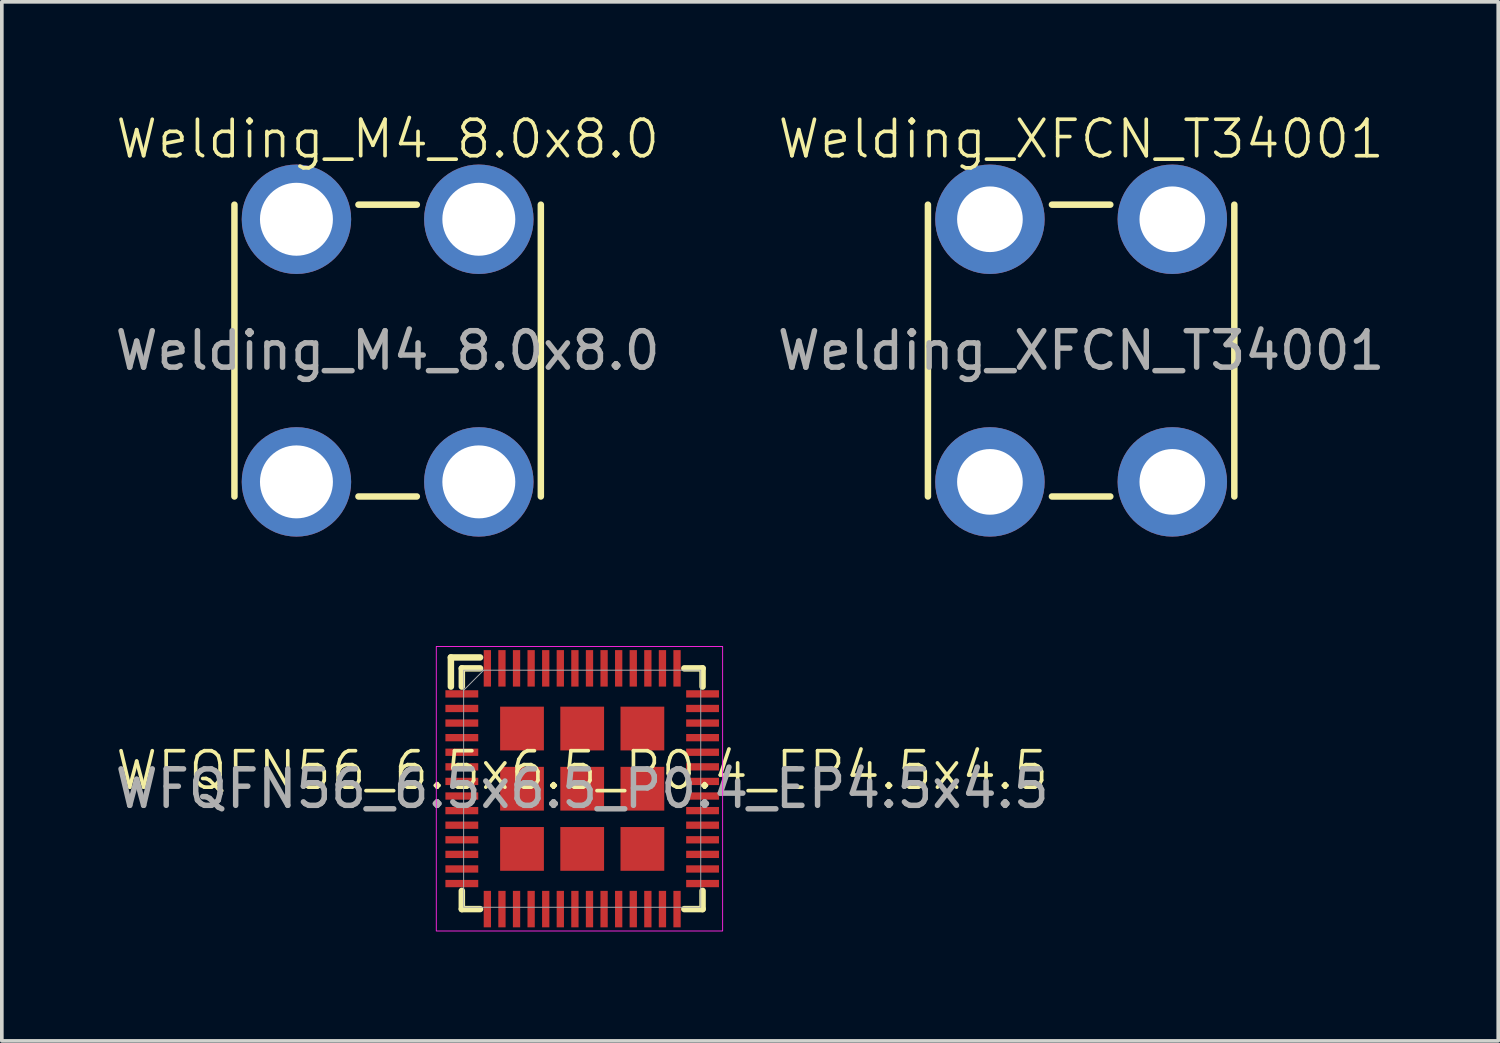
<source format=kicad_pcb>
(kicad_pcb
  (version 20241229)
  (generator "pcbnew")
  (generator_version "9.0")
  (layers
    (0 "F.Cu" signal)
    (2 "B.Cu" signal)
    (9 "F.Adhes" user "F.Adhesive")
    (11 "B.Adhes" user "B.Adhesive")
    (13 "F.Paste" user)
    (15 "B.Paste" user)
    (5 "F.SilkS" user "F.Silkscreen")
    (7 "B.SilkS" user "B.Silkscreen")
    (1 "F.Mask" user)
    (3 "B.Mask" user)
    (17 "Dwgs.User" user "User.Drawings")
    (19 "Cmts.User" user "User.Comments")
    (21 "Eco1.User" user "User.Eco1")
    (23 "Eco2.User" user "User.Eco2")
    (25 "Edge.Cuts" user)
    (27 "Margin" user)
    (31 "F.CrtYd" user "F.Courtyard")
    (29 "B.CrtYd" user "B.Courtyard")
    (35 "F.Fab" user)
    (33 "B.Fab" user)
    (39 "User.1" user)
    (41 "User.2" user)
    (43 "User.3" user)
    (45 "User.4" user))
  (footprint "WFQFN56_6.5x6.5_P0.4_EP4.5x4.5"
    (layer "F.Cu")
    (at 12.911 18.573)
    (property "Reference" "WFQFN56_6.5x6.5_P0.4_EP4.5x4.5" (at 0 -0.5 0) (unlocked yes) (layer "F.SilkS") (effects (font (size 1 1) (thickness 0.1))))
    (attr smd)
    (fp_line (start -3.6 -3.6) (end -2.8 -3.6) (stroke (width 0.178) (type default)) (layer "F.SilkS"))
    (fp_line (start -3.6 -2.8) (end -3.6 -3.6) (stroke (width 0.178) (type default)) (layer "F.SilkS"))
    (fp_line (start -3.3 -3.3) (end -2.8 -3.3) (stroke (width 0.178) (type default)) (layer "F.SilkS"))
    (fp_line (start -3.3 -2.8) (end -3.3 -3.3) (stroke (width 0.178) (type default)) (layer "F.SilkS"))
    (fp_line (start -3.3 3.3) (end -3.3 2.8) (stroke (width 0.178) (type default)) (layer "F.SilkS"))
    (fp_line (start -2.8 3.3) (end -3.3 3.3) (stroke (width 0.178) (type default)) (layer "F.SilkS"))
    (fp_line (start 2.8 -3.3) (end 3.3 -3.3) (stroke (width 0.178) (type default)) (layer "F.SilkS"))
    (fp_line (start 2.8 3.3) (end 3.3 3.3) (stroke (width 0.178) (type default)) (layer "F.SilkS"))
    (fp_line (start 3.3 -3.3) (end 3.3 -2.8) (stroke (width 0.178) (type default)) (layer "F.SilkS"))
    (fp_line (start 3.3 3.3) (end 3.3 2.8) (stroke (width 0.178) (type default)) (layer "F.SilkS"))
    (fp_rect (start -4 3.9) (end 3.85 -3.9) (stroke (width 0.025) (type default)) (fill no) (layer "F.CrtYd"))
    (fp_line (start -3.25 -2.7) (end -2.7 -3.25) (stroke (width 0.025) (type default)) (layer "F.Fab"))
    (fp_rect (start -3.25 3.25) (end 3.25 -3.25) (stroke (width 0.025) (type default)) (fill no) (layer "F.Fab"))
    (fp_text user "${REFERENCE}" (at 0 0 0) (unlocked yes) (layer "F.Fab") (effects (font (size 1 1) (thickness 0.15))))
    (pad "1" smd rect (at -3.3 -2.6) (size 0.9 0.2) (layers "F.Cu" "F.Mask" "F.Paste"))
    (pad "2" smd rect (at -3.3 -2.2) (size 0.9 0.2) (layers "F.Cu" "F.Mask" "F.Paste"))
    (pad "3" smd rect (at -3.3 -1.8) (size 0.9 0.2) (layers "F.Cu" "F.Mask" "F.Paste"))
    (pad "4" smd rect (at -3.3 -1.4) (size 0.9 0.2) (layers "F.Cu" "F.Mask" "F.Paste"))
    (pad "5" smd rect (at -3.3 -1) (size 0.9 0.2) (layers "F.Cu" "F.Mask" "F.Paste"))
    (pad "6" smd rect (at -3.3 -0.6) (size 0.9 0.2) (layers "F.Cu" "F.Mask" "F.Paste"))
    (pad "7" smd rect (at -3.3 -0.2) (size 0.9 0.2) (layers "F.Cu" "F.Mask" "F.Paste"))
    (pad "8" smd rect (at -3.3 0.2) (size 0.9 0.2) (layers "F.Cu" "F.Mask" "F.Paste"))
    (pad "9" smd rect (at -3.3 0.6) (size 0.9 0.2) (layers "F.Cu" "F.Mask" "F.Paste"))
    (pad "10" smd rect (at -3.3 1) (size 0.9 0.2) (layers "F.Cu" "F.Mask" "F.Paste"))
    (pad "11" smd rect (at -3.3 1.4) (size 0.9 0.2) (layers "F.Cu" "F.Mask" "F.Paste"))
    (pad "12" smd rect (at -3.3 1.8) (size 0.9 0.2) (layers "F.Cu" "F.Mask" "F.Paste"))
    (pad "13" smd rect (at -3.3 2.2) (size 0.9 0.2) (layers "F.Cu" "F.Mask" "F.Paste"))
    (pad "14" smd rect (at -3.3 2.6) (size 0.9 0.2) (layers "F.Cu" "F.Mask" "F.Paste"))
    (pad "15" smd rect (at -2.6 3.3) (size 0.2 1) (layers "F.Cu" "F.Mask" "F.Paste"))
    (pad "16" smd rect (at -2.2 3.3) (size 0.2 1) (layers "F.Cu" "F.Mask" "F.Paste"))
    (pad "17" smd rect (at -1.8 3.3) (size 0.2 1) (layers "F.Cu" "F.Mask" "F.Paste"))
    (pad "18" smd rect (at -1.4 3.3) (size 0.2 1) (layers "F.Cu" "F.Mask" "F.Paste"))
    (pad "19" smd rect (at -1 3.3) (size 0.2 1) (layers "F.Cu" "F.Mask" "F.Paste"))
    (pad "20" smd rect (at -0.6 3.3) (size 0.2 1) (layers "F.Cu" "F.Mask" "F.Paste"))
    (pad "21" smd rect (at -0.2 3.3) (size 0.2 1) (layers "F.Cu" "F.Mask" "F.Paste"))
    (pad "22" smd rect (at 0.2 3.3) (size 0.2 1) (layers "F.Cu" "F.Mask" "F.Paste"))
    (pad "23" smd rect (at 0.6 3.3) (size 0.2 1) (layers "F.Cu" "F.Mask" "F.Paste"))
    (pad "24" smd rect (at 1 3.3) (size 0.2 1) (layers "F.Cu" "F.Mask" "F.Paste"))
    (pad "25" smd rect (at 1.4 3.3) (size 0.2 1) (layers "F.Cu" "F.Mask" "F.Paste"))
    (pad "26" smd rect (at 1.8 3.3) (size 0.2 1) (layers "F.Cu" "F.Mask" "F.Paste"))
    (pad "27" smd rect (at 2.2 3.3) (size 0.2 1) (layers "F.Cu" "F.Mask" "F.Paste"))
    (pad "28" smd rect (at 2.6 3.3) (size 0.2 1) (layers "F.Cu" "F.Mask" "F.Paste"))
    (pad "29" smd rect (at 3.3 2.6) (size 0.9 0.2) (layers "F.Cu" "F.Mask" "F.Paste"))
    (pad "30" smd rect (at 3.3 2.2) (size 0.9 0.2) (layers "F.Cu" "F.Mask" "F.Paste"))
    (pad "31" smd rect (at 3.3 1.8) (size 0.9 0.2) (layers "F.Cu" "F.Mask" "F.Paste"))
    (pad "32" smd rect (at 3.3 1.4) (size 0.9 0.2) (layers "F.Cu" "F.Mask" "F.Paste"))
    (pad "33" smd rect (at 3.3 1) (size 0.9 0.2) (layers "F.Cu" "F.Mask" "F.Paste"))
    (pad "34" smd rect (at 3.3 0.6) (size 0.9 0.2) (layers "F.Cu" "F.Mask" "F.Paste"))
    (pad "35" smd rect (at 3.3 0.2) (size 0.9 0.2) (layers "F.Cu" "F.Mask" "F.Paste"))
    (pad "36" smd rect (at 3.3 -0.2) (size 0.9 0.2) (layers "F.Cu" "F.Mask" "F.Paste"))
    (pad "37" smd rect (at 3.3 -0.6) (size 0.9 0.2) (layers "F.Cu" "F.Mask" "F.Paste"))
    (pad "38" smd rect (at 3.3 -1) (size 0.9 0.2) (layers "F.Cu" "F.Mask" "F.Paste"))
    (pad "39" smd rect (at 3.3 -1.4) (size 0.9 0.2) (layers "F.Cu" "F.Mask" "F.Paste"))
    (pad "40" smd rect (at 3.3 -1.8) (size 0.9 0.2) (layers "F.Cu" "F.Mask" "F.Paste"))
    (pad "41" smd rect (at 3.3 -2.2) (size 0.9 0.2) (layers "F.Cu" "F.Mask" "F.Paste"))
    (pad "42" smd rect (at 3.3 -2.6) (size 0.9 0.2) (layers "F.Cu" "F.Mask" "F.Paste"))
    (pad "43" smd rect (at 2.6 -3.3) (size 0.2 1) (layers "F.Cu" "F.Mask" "F.Paste"))
    (pad "44" smd rect (at 2.2 -3.3) (size 0.2 1) (layers "F.Cu" "F.Mask" "F.Paste"))
    (pad "45" smd rect (at 1.8 -3.3) (size 0.2 1) (layers "F.Cu" "F.Mask" "F.Paste"))
    (pad "46" smd rect (at 1.4 -3.3) (size 0.2 1) (layers "F.Cu" "F.Mask" "F.Paste"))
    (pad "47" smd rect (at 1 -3.3) (size 0.2 1) (layers "F.Cu" "F.Mask" "F.Paste"))
    (pad "48" smd rect (at 0.6 -3.3) (size 0.2 1) (layers "F.Cu" "F.Mask" "F.Paste"))
    (pad "49" smd rect (at 0.2 -3.3) (size 0.2 1) (layers "F.Cu" "F.Mask" "F.Paste"))
    (pad "50" smd rect (at -0.2 -3.3) (size 0.2 1) (layers "F.Cu" "F.Mask" "F.Paste"))
    (pad "51" smd rect (at -0.6 -3.3) (size 0.2 1) (layers "F.Cu" "F.Mask" "F.Paste"))
    (pad "52" smd rect (at -1 -3.3) (size 0.2 1) (layers "F.Cu" "F.Mask" "F.Paste"))
    (pad "53" smd rect (at -1.4 -3.3) (size 0.2 1) (layers "F.Cu" "F.Mask" "F.Paste"))
    (pad "54" smd rect (at -1.8 -3.3) (size 0.2 1) (layers "F.Cu" "F.Mask" "F.Paste"))
    (pad "55" smd rect (at -2.2 -3.3) (size 0.2 1) (layers "F.Cu" "F.Mask" "F.Paste"))
    (pad "56" smd rect (at -2.6 -3.3) (size 0.2 1) (layers "F.Cu" "F.Mask" "F.Paste"))
    (pad "57" smd rect (at -1.65 -1.65) (size 1.2 1.2) (layers "F.Cu" "F.Mask" "F.Paste"))
    (pad "57" smd rect (at -1.65 0) (size 1.2 1.2) (layers "F.Cu" "F.Mask" "F.Paste"))
    (pad "57" smd rect (at -1.65 1.65) (size 1.2 1.2) (layers "F.Cu" "F.Mask" "F.Paste"))
    (pad "57" smd rect (at 0 -1.65) (size 1.2 1.2) (layers "F.Cu" "F.Mask" "F.Paste"))
    (pad "57" smd rect (at 0 0) (size 1.2 1.2) (layers "F.Cu" "F.Mask" "F.Paste"))
    (pad "57" smd rect (at 0 1.65) (size 1.2 1.2) (layers "F.Cu" "F.Mask" "F.Paste"))
    (pad "57" smd rect (at 1.65 -1.65) (size 1.2 1.2) (layers "F.Cu" "F.Mask" "F.Paste"))
    (pad "57" smd rect (at 1.65 0) (size 1.2 1.2) (layers "F.Cu" "F.Mask" "F.Paste"))
    (pad "57" smd rect (at 1.65 1.65) (size 1.2 1.2) (layers "F.Cu" "F.Mask" "F.Paste")))
  (footprint "Welding_M4_8.0x8.0"
    (layer "F.Cu")
    (at 7.577 6.561)
    (property "Reference" "Welding_M4_8.0x8.0" (at 0 -5.8 0) (unlocked yes) (layer "F.SilkS") (effects (font (size 1 1) (thickness 0.1))))
    (attr through_hole)
    (fp_line (start -4.2 4) (end -4.2 -4) (stroke (width 0.178) (type default)) (layer "F.SilkS"))
    (fp_line (start -0.8 -4) (end 0.8 -4) (stroke (width 0.178) (type default)) (layer "F.SilkS"))
    (fp_line (start -0.8 4) (end 0.8 4) (stroke (width 0.178) (type default)) (layer "F.SilkS"))
    (fp_line (start 4.2 -4) (end 4.2 4) (stroke (width 0.178) (type default)) (layer "F.SilkS"))
    (fp_text user "${REFERENCE}" (at 0 0 0) (unlocked yes) (layer "F.Fab") (effects (font (size 1 1) (thickness 0.15))))
    (pad "1" thru_hole circle (at -2.5 -3.6) (size 3 3) (drill 2) (layers "*.Cu" "*.Mask"))
    (pad "1" thru_hole circle (at -2.5 3.6) (size 3 3) (drill 2) (layers "*.Cu" "*.Mask"))
    (pad "1" thru_hole circle (at 2.5 -3.6) (size 3 3) (drill 2) (layers "*.Cu" "*.Mask"))
    (pad "1" thru_hole circle (at 2.5 3.6) (size 3 3) (drill 2) (layers "*.Cu" "*.Mask")))
  (footprint "Welding_XFCN_T34001"
    (layer "F.Cu")
    (at 26.589 6.561)
    (property "Reference" "Welding_XFCN_T34001" (at 0 -5.8 0) (unlocked yes) (layer "F.SilkS") (effects (font (size 1 1) (thickness 0.1))))
    (attr through_hole)
    (fp_line (start -4.2 4) (end -4.2 -4) (stroke (width 0.178) (type default)) (layer "F.SilkS"))
    (fp_line (start -0.8 -4) (end 0.8 -4) (stroke (width 0.178) (type default)) (layer "F.SilkS"))
    (fp_line (start -0.8 4) (end 0.8 4) (stroke (width 0.178) (type default)) (layer "F.SilkS"))
    (fp_line (start 4.2 -4) (end 4.2 4) (stroke (width 0.178) (type default)) (layer "F.SilkS"))
    (fp_text user "${REFERENCE}" (at 0 0 0) (unlocked yes) (layer "F.Fab") (effects (font (size 1 1) (thickness 0.15))))
    (pad "1" thru_hole circle (at -2.5 -3.6 270) (size 3 3) (drill 1.8) (layers "*.Cu" "*.Mask"))
    (pad "1" thru_hole circle (at -2.5 3.6 270) (size 3 3) (drill 1.8) (layers "*.Cu" "*.Mask"))
    (pad "1" thru_hole circle (at 2.5 -3.6 270) (size 3 3) (drill 1.8) (layers "*.Cu" "*.Mask"))
    (pad "1" thru_hole circle (at 2.5 3.6 270) (size 3 3) (drill 1.8) (layers "*.Cu" "*.Mask")))
  (gr_rect
    (start -3 -3)
    (end 38.024 25.486)
    (stroke (width 0.1) (type default))
    (fill no)
    (layer "Edge.Cuts")))
</source>
